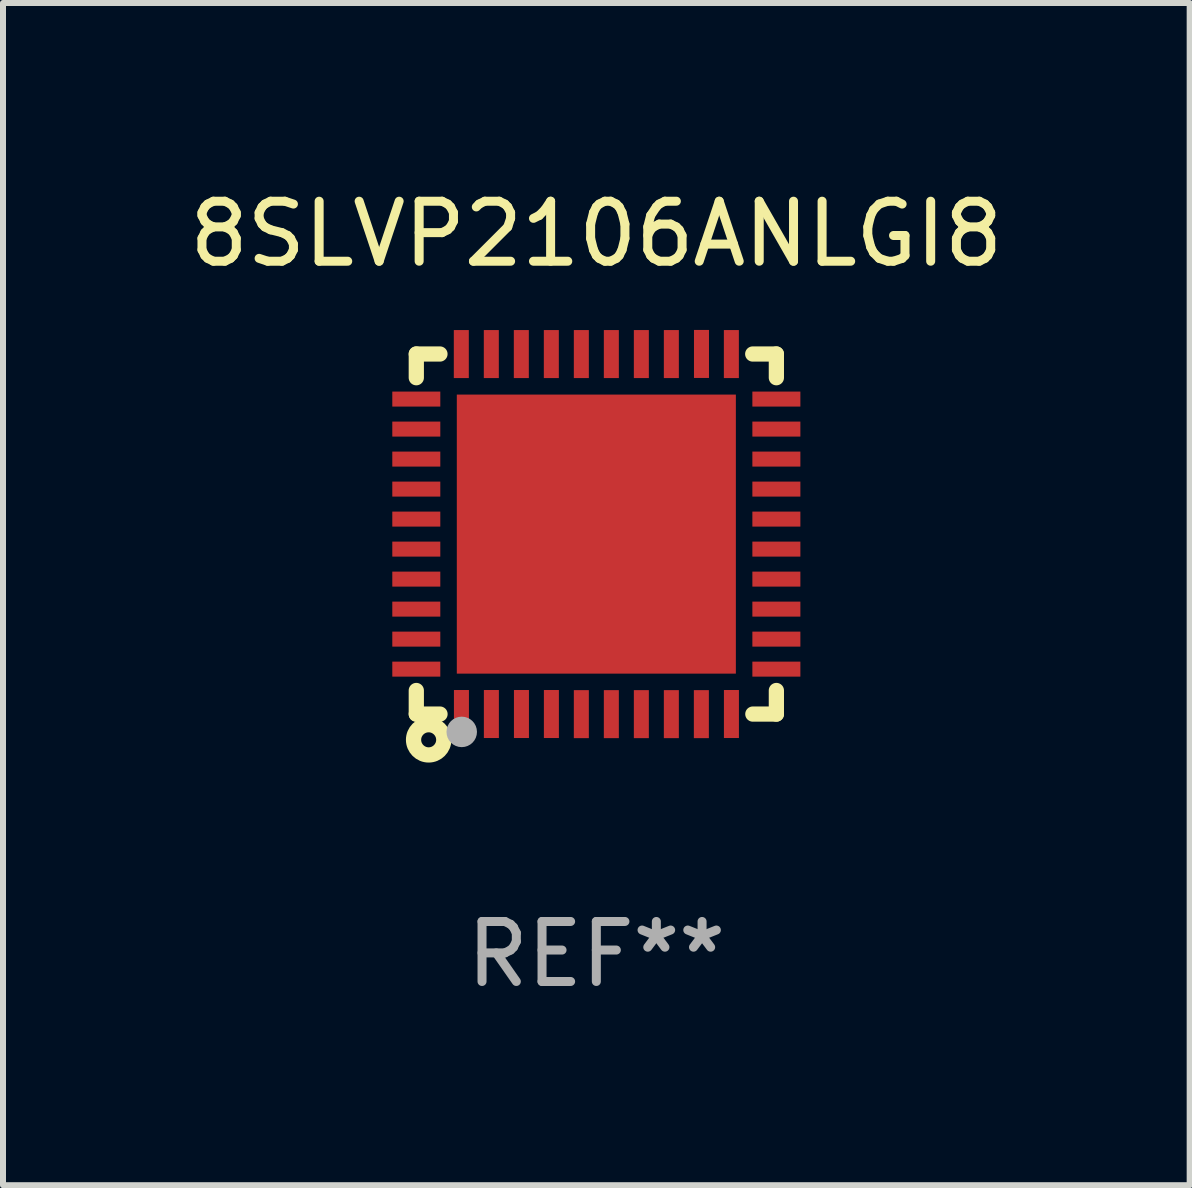
<source format=kicad_pcb>
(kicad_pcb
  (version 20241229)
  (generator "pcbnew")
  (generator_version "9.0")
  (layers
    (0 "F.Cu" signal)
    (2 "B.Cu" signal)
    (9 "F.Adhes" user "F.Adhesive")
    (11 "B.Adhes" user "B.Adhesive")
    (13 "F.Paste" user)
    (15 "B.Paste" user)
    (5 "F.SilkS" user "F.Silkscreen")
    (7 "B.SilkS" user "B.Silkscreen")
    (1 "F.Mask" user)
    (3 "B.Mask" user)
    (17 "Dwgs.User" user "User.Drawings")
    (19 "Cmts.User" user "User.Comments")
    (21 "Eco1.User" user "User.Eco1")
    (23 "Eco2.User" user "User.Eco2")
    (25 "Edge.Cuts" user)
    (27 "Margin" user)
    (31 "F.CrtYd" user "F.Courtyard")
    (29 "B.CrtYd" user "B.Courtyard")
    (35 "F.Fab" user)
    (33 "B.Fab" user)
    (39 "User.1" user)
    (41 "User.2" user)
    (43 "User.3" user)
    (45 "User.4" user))
  (footprint "8SLVP2106ANLGI8"
    (layer "F.Cu")
    (at 6.887 5.849)
    (property "Reference" "8SLVP2106ANLGI8" (at 0 -5.001 0) (layer "F.SilkS") (effects (font (size 1 1) (thickness 0.15))))
    (attr through_hole)
    (fp_line (start -3 -3) (end -3 -2.605) (stroke (width 0.254) (type solid)) (layer "F.SilkS"))
    (fp_line (start -3 -3) (end -2.606 -3) (stroke (width 0.254) (type solid)) (layer "F.SilkS"))
    (fp_line (start -3 2.607) (end -3 3) (stroke (width 0.254) (type solid)) (layer "F.SilkS"))
    (fp_line (start -3 3) (end -2.605 3) (stroke (width 0.254) (type solid)) (layer "F.SilkS"))
    (fp_line (start 2.606 -3) (end 3 -3) (stroke (width 0.254) (type solid)) (layer "F.SilkS"))
    (fp_line (start 2.608 3) (end 3 3) (stroke (width 0.254) (type solid)) (layer "F.SilkS"))
    (fp_line (start 3 -2.605) (end 3 -3) (stroke (width 0.254) (type solid)) (layer "F.SilkS"))
    (fp_line (start 3 3) (end 3 2.607) (stroke (width 0.254) (type solid)) (layer "F.SilkS"))
    (fp_circle (center -3 3) (end -2.97 3) (stroke (width 0.06) (type solid)) (fill no) (layer "F.SilkS"))
    (fp_circle (center -2.794 3.429) (end -2.669 3.429) (stroke (width 0.254) (type solid)) (fill no) (layer "F.SilkS"))
    (fp_circle (center -2.243 3.297) (end -2.116 3.297) (stroke (width 0.254) (type solid)) (fill no) (layer "F.Fab"))
    (fp_text user "REF**" (at 0 7.001 0) (layer "F.Fab") (effects (font (size 1 1) (thickness 0.15))))
    (pad "1" smd rect (at -2.248 2.999 180) (size 0.25 0.8) (layers "F.Cu" "F.Mask" "F.Paste"))
    (pad "2" smd rect (at -1.749 2.999 180) (size 0.25 0.8) (layers "F.Cu" "F.Mask" "F.Paste"))
    (pad "3" smd rect (at -1.248 2.999 180) (size 0.25 0.8) (layers "F.Cu" "F.Mask" "F.Paste"))
    (pad "4" smd rect (at -0.749 2.999 180) (size 0.25 0.8) (layers "F.Cu" "F.Mask" "F.Paste"))
    (pad "5" smd rect (at -0.25 3.001 180) (size 0.25 0.8) (layers "F.Cu" "F.Mask" "F.Paste"))
    (pad "6" smd rect (at 0.25 3.001 180) (size 0.25 0.8) (layers "F.Cu" "F.Mask" "F.Paste"))
    (pad "7" smd rect (at 0.75 3.001 180) (size 0.25 0.8) (layers "F.Cu" "F.Mask" "F.Paste"))
    (pad "8" smd rect (at 1.25 3.001 180) (size 0.25 0.8) (layers "F.Cu" "F.Mask" "F.Paste"))
    (pad "9" smd rect (at 1.75 3.001 180) (size 0.25 0.8) (layers "F.Cu" "F.Mask" "F.Paste"))
    (pad "10" smd rect (at 2.251 2.999 180) (size 0.25 0.8) (layers "F.Cu" "F.Mask" "F.Paste"))
    (pad "11" smd rect (at 3 2.251 270) (size 0.25 0.8) (layers "F.Cu" "F.Mask" "F.Paste"))
    (pad "12" smd rect (at 3 1.751 270) (size 0.25 0.8) (layers "F.Cu" "F.Mask" "F.Paste"))
    (pad "13" smd rect (at 3 1.251 270) (size 0.25 0.8) (layers "F.Cu" "F.Mask" "F.Paste"))
    (pad "14" smd rect (at 3 0.751 270) (size 0.25 0.8) (layers "F.Cu" "F.Mask" "F.Paste"))
    (pad "15" smd rect (at 3 0.251 270) (size 0.25 0.8) (layers "F.Cu" "F.Mask" "F.Paste"))
    (pad "16" smd rect (at 3 -0.249 270) (size 0.25 0.8) (layers "F.Cu" "F.Mask" "F.Paste"))
    (pad "17" smd rect (at 3 -0.749 270) (size 0.25 0.8) (layers "F.Cu" "F.Mask" "F.Paste"))
    (pad "18" smd rect (at 3 -1.249 270) (size 0.25 0.8) (layers "F.Cu" "F.Mask" "F.Paste"))
    (pad "19" smd rect (at 3 -1.749 270) (size 0.25 0.8) (layers "F.Cu" "F.Mask" "F.Paste"))
    (pad "20" smd rect (at 3 -2.249 270) (size 0.25 0.8) (layers "F.Cu" "F.Mask" "F.Paste"))
    (pad "21" smd rect (at 2.25 -2.999) (size 0.25 0.8) (layers "F.Cu" "F.Mask" "F.Paste"))
    (pad "22" smd rect (at 1.752 -3.001) (size 0.25 0.8) (layers "F.Cu" "F.Mask" "F.Paste"))
    (pad "23" smd rect (at 1.25 -2.999) (size 0.25 0.8) (layers "F.Cu" "F.Mask" "F.Paste"))
    (pad "24" smd rect (at 0.75 -2.999) (size 0.25 0.8) (layers "F.Cu" "F.Mask" "F.Paste"))
    (pad "25" smd rect (at 0.25 -2.999) (size 0.25 0.8) (layers "F.Cu" "F.Mask" "F.Paste"))
    (pad "26" smd rect (at -0.25 -2.999) (size 0.25 0.8) (layers "F.Cu" "F.Mask" "F.Paste"))
    (pad "27" smd rect (at -0.75 -2.999) (size 0.25 0.8) (layers "F.Cu" "F.Mask" "F.Paste"))
    (pad "28" smd rect (at -1.25 -2.999) (size 0.25 0.8) (layers "F.Cu" "F.Mask" "F.Paste"))
    (pad "29" smd rect (at -1.75 -2.999) (size 0.25 0.8) (layers "F.Cu" "F.Mask" "F.Paste"))
    (pad "30" smd rect (at -2.25 -2.999) (size 0.25 0.8) (layers "F.Cu" "F.Mask" "F.Paste"))
    (pad "31" smd rect (at -3 -2.249 90) (size 0.25 0.8) (layers "F.Cu" "F.Mask" "F.Paste"))
    (pad "32" smd rect (at -3 -1.749 90) (size 0.25 0.8) (layers "F.Cu" "F.Mask" "F.Paste"))
    (pad "33" smd rect (at -3 -1.249 90) (size 0.25 0.8) (layers "F.Cu" "F.Mask" "F.Paste"))
    (pad "34" smd rect (at -3 -0.749 90) (size 0.25 0.8) (layers "F.Cu" "F.Mask" "F.Paste"))
    (pad "35" smd rect (at -3 -0.249 90) (size 0.25 0.8) (layers "F.Cu" "F.Mask" "F.Paste"))
    (pad "36" smd rect (at -3 0.251 90) (size 0.25 0.8) (layers "F.Cu" "F.Mask" "F.Paste"))
    (pad "37" smd rect (at -3 0.751 90) (size 0.25 0.8) (layers "F.Cu" "F.Mask" "F.Paste"))
    (pad "38" smd rect (at -3 1.251 90) (size 0.25 0.8) (layers "F.Cu" "F.Mask" "F.Paste"))
    (pad "39" smd rect (at -3 1.751 90) (size 0.25 0.8) (layers "F.Cu" "F.Mask" "F.Paste"))
    (pad "40" smd rect (at -3 2.251 90) (size 0.25 0.8) (layers "F.Cu" "F.Mask" "F.Paste"))
    (pad "41" smd rect (at -0.000025 0.001 90) (size 4.65 4.65) (layers "F.Cu" "F.Mask" "F.Paste")))
  (gr_rect
    (start -3 -3)
    (end 16.774 16.699)
    (stroke (width 0.1) (type default))
    (fill no)
    (layer "Edge.Cuts")))
</source>
